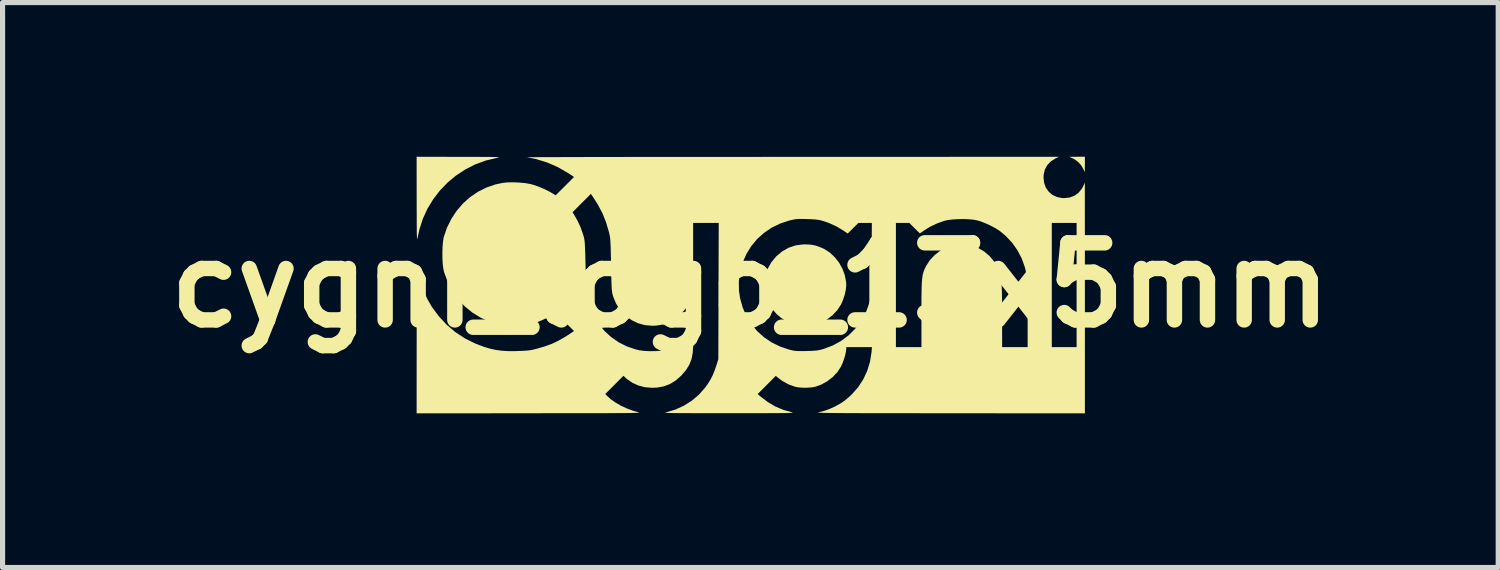
<source format=kicad_pcb>
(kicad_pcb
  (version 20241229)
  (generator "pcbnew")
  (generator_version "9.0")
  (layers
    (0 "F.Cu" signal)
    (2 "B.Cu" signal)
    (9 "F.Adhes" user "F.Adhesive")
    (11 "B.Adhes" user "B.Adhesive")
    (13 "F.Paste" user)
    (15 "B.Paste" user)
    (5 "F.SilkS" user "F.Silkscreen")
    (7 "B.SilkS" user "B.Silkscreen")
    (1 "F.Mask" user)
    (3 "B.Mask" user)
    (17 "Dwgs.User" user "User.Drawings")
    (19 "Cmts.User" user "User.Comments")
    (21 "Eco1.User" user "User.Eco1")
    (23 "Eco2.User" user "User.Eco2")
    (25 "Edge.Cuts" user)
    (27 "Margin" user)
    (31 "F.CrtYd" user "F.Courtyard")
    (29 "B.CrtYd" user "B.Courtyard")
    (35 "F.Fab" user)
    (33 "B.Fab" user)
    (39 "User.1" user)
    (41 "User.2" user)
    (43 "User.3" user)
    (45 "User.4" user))
  (footprint "cygni_logo_13x5mm"
    (layer "F.Cu")
    (at 11.55 2.496)
    (property "Reference" "cygni_logo_13x5mm" (at 0 0 0) (layer "F.SilkS") (effects (font (size 1.5 1.5) (thickness 0.3))))
    (attr board_only exclude_from_pos_files exclude_from_bom)
    (fp_poly (pts (xy 6.508 -2.348) (xy 6.507 -2.289) (xy 6.507 -2.241) (xy 6.505 -2.21) (xy 6.504 -2.201) (xy 6.498 -2.212) (xy 6.485 -2.24) (xy 6.476 -2.261) (xy 6.435 -2.331) (xy 6.375 -2.396) (xy 6.303 -2.449) (xy 6.275 -2.463) (xy 6.206 -2.495) (xy 6.357 -2.496) (xy 6.508 -2.496)) (stroke (width 0) (type solid)) (fill yes) (layer "F.SilkS"))
    (fp_poly (pts (xy -5.659 -2.494) (xy -5.489 -2.494) (xy -5.345 -2.494) (xy -5.224 -2.493) (xy -5.124 -2.493) (xy -5.045 -2.492) (xy -4.985 -2.491) (xy -4.941 -2.49) (xy -4.913 -2.488) (xy -4.898 -2.486) (xy -4.894 -2.483) (xy -4.901 -2.48) (xy -4.917 -2.477) (xy -4.938 -2.473) (xy -5.151 -2.422) (xy -5.355 -2.347) (xy -5.547 -2.249) (xy -5.727 -2.131) (xy -5.892 -1.994) (xy -6.04 -1.84) (xy -6.171 -1.67) (xy -6.283 -1.486) (xy -6.373 -1.289) (xy -6.44 -1.082) (xy -6.471 -0.939) (xy -6.476 -0.917) (xy -6.479 -0.902) (xy -6.482 -0.896) (xy -6.485 -0.9) (xy -6.487 -0.916) (xy -6.488 -0.945) (xy -6.49 -0.99) (xy -6.491 -1.052) (xy -6.491 -1.132) (xy -6.492 -1.233) (xy -6.492 -1.356) (xy -6.493 -1.502) (xy -6.493 -1.66) (xy -6.494 -2.496)) (stroke (width 0) (type solid)) (fill yes) (layer "F.SilkS"))
    (fp_poly (pts (xy 1.174 -0.786) (xy 1.267 -0.769) (xy 1.36 -0.736) (xy 1.435 -0.702) (xy 1.545 -0.632) (xy 1.642 -0.541) (xy 1.726 -0.434) (xy 1.792 -0.315) (xy 1.838 -0.188) (xy 1.862 -0.059) (xy 1.865 0) (xy 1.857 0.089) (xy 1.835 0.19) (xy 1.801 0.292) (xy 1.762 0.38) (xy 1.691 0.488) (xy 1.599 0.586) (xy 1.49 0.669) (xy 1.37 0.734) (xy 1.261 0.772) (xy 1.19 0.784) (xy 1.102 0.79) (xy 1.01 0.789) (xy 0.923 0.781) (xy 0.852 0.767) (xy 0.722 0.716) (xy 0.6 0.641) (xy 0.509 0.564) (xy 0.415 0.454) (xy 0.345 0.333) (xy 0.297 0.205) (xy 0.273 0.072) (xy 0.272 -0.062) (xy 0.295 -0.195) (xy 0.34 -0.324) (xy 0.409 -0.445) (xy 0.501 -0.556) (xy 0.509 -0.564) (xy 0.621 -0.657) (xy 0.744 -0.726) (xy 0.877 -0.771) (xy 1.021 -0.79) (xy 1.069 -0.791)) (stroke (width 0) (type solid)) (fill yes) (layer "F.SilkS"))
    (fp_poly (pts (xy 5.936 -2.464) (xy 5.847 -2.408) (xy 5.778 -2.336) (xy 5.73 -2.25) (xy 5.706 -2.15) (xy 5.703 -2.093) (xy 5.715 -1.987) (xy 5.749 -1.894) (xy 5.804 -1.816) (xy 5.877 -1.754) (xy 5.965 -1.713) (xy 6.067 -1.692) (xy 6.105 -1.691) (xy 6.211 -1.703) (xy 6.305 -1.738) (xy 6.385 -1.796) (xy 6.449 -1.875) (xy 6.476 -1.924) (xy 6.507 -1.993) (xy 6.508 0.252) (xy 6.508 2.496) (xy 3.874 2.495) (xy 3.559 2.495) (xy 3.269 2.494) (xy 3.005 2.494) (xy 2.764 2.494) (xy 2.546 2.494) (xy 2.349 2.493) (xy 2.174 2.493) (xy 2.018 2.492) (xy 1.881 2.492) (xy 1.761 2.491) (xy 1.659 2.49) (xy 1.572 2.489) (xy 1.5 2.488) (xy 1.441 2.487) (xy 1.395 2.486) (xy 1.361 2.484) (xy 1.337 2.483) (xy 1.323 2.481) (xy 1.318 2.479) (xy 1.32 2.477) (xy 1.327 2.475) (xy 1.436 2.448) (xy 1.533 2.414) (xy 1.631 2.37) (xy 1.653 2.359) (xy 1.751 2.305) (xy 1.834 2.249) (xy 1.913 2.183) (xy 1.977 2.123) (xy 2.097 1.987) (xy 2.196 1.834) (xy 2.273 1.669) (xy 2.327 1.493) (xy 2.356 1.312) (xy 2.365 1.208) (xy 2.831 1.208) (xy 3.079 1.208) (xy 3.328 1.208) (xy 3.328 0.559) (xy 3.328 0.397) (xy 3.328 0.258) (xy 3.33 0.142) (xy 3.332 0.044) (xy 3.335 -0.037) (xy 3.34 -0.104) (xy 3.347 -0.16) (xy 3.355 -0.208) (xy 3.366 -0.249) (xy 3.38 -0.287) (xy 3.396 -0.325) (xy 3.416 -0.364) (xy 3.424 -0.38) (xy 3.492 -0.484) (xy 3.581 -0.579) (xy 3.685 -0.662) (xy 3.799 -0.727) (xy 3.917 -0.771) (xy 3.919 -0.772) (xy 3.992 -0.785) (xy 4.081 -0.79) (xy 4.173 -0.789) (xy 4.258 -0.78) (xy 4.3 -0.771) (xy 4.428 -0.724) (xy 4.547 -0.654) (xy 4.653 -0.564) (xy 4.743 -0.457) (xy 4.814 -0.336) (xy 4.845 -0.261) (xy 4.857 -0.224) (xy 4.867 -0.184) (xy 4.875 -0.138) (xy 4.881 -0.083) (xy 4.887 -0.017) (xy 4.891 0.062) (xy 4.894 0.158) (xy 4.896 0.271) (xy 4.897 0.406) (xy 4.897 0.564) (xy 4.897 0.627) (xy 4.898 1.208) (xy 5.146 1.208) (xy 5.394 1.208) (xy 5.394 0.627) (xy 5.393 0.449) (xy 5.392 0.296) (xy 5.39 0.164) (xy 5.387 0.051) (xy 5.383 -0.044) (xy 5.377 -0.126) (xy 5.369 -0.195) (xy 5.361 -0.255) (xy 5.35 -0.308) (xy 5.34 -0.348) (xy 5.279 -0.517) (xy 5.196 -0.677) (xy 5.091 -0.825) (xy 4.968 -0.956) (xy 4.849 -1.055) (xy 4.772 -1.103) (xy 4.68 -1.153) (xy 4.58 -1.199) (xy 4.558 -1.208) (xy 5.864 -1.208) (xy 5.864 0) (xy 5.864 1.208) (xy 6.105 1.208) (xy 6.347 1.208) (xy 6.347 0) (xy 6.347 -1.208) (xy 6.105 -1.208) (xy 5.864 -1.208) (xy 4.558 -1.208) (xy 4.484 -1.237) (xy 4.421 -1.256) (xy 4.346 -1.271) (xy 4.252 -1.28) (xy 4.147 -1.284) (xy 4.039 -1.282) (xy 3.936 -1.276) (xy 3.844 -1.265) (xy 3.779 -1.251) (xy 3.631 -1.199) (xy 3.491 -1.132) (xy 3.385 -1.066) (xy 3.297 -1.004) (xy 3.194 -1.106) (xy 3.092 -1.208) (xy 2.962 -1.208) (xy 2.831 -1.208) (xy 2.831 0) (xy 2.831 1.208) (xy 2.365 1.208) (xy 2.115 1.208) (xy 1.865 1.208) (xy 1.865 1.246) (xy 1.859 1.298) (xy 1.844 1.366) (xy 1.821 1.442) (xy 1.794 1.516) (xy 1.764 1.582) (xy 1.762 1.587) (xy 1.691 1.696) (xy 1.599 1.793) (xy 1.49 1.876) (xy 1.37 1.941) (xy 1.261 1.979) (xy 1.188 1.992) (xy 1.1 1.998) (xy 1.008 1.997) (xy 0.922 1.989) (xy 0.868 1.978) (xy 0.745 1.934) (xy 0.625 1.868) (xy 0.565 1.824) (xy 0.493 1.768) (xy 0.317 1.945) (xy 0.141 2.121) (xy 0.188 2.161) (xy 0.335 2.274) (xy 0.485 2.363) (xy 0.643 2.429) (xy 0.807 2.475) (xy 0.818 2.478) (xy 0.823 2.481) (xy 0.818 2.483) (xy 0.804 2.485) (xy 0.777 2.487) (xy 0.738 2.489) (xy 0.684 2.49) (xy 0.614 2.491) (xy 0.527 2.492) (xy 0.422 2.492) (xy 0.297 2.493) (xy 0.15 2.493) (xy -0.02 2.493) (xy -0.213 2.494) (xy -0.416 2.494) (xy -0.633 2.494) (xy -0.825 2.493) (xy -0.993 2.493) (xy -1.138 2.493) (xy -1.261 2.492) (xy -1.365 2.492) (xy -1.451 2.491) (xy -1.519 2.49) (xy -1.572 2.489) (xy -1.61 2.487) (xy -1.636 2.485) (xy -1.65 2.483) (xy -1.654 2.481) (xy -1.65 2.478) (xy -1.638 2.475) (xy -1.637 2.475) (xy -1.46 2.423) (xy -1.293 2.347) (xy -1.138 2.249) (xy -0.999 2.13) (xy -0.877 1.991) (xy -0.827 1.921) (xy -0.774 1.835) (xy -0.73 1.748) (xy -0.691 1.649) (xy -0.66 1.558) (xy -0.624 1.442) (xy -0.62 0.117) (xy -0.62 -0.072) (xy -0.225 -0.072) (xy -0.222 0.112) (xy -0.201 0.255) (xy -0.151 0.435) (xy -0.079 0.603) (xy 0.016 0.756) (xy 0.13 0.894) (xy 0.263 1.014) (xy 0.413 1.116) (xy 0.579 1.197) (xy 0.751 1.255) (xy 0.803 1.268) (xy 0.847 1.277) (xy 0.891 1.282) (xy 0.941 1.285) (xy 1.003 1.285) (xy 1.086 1.284) (xy 1.094 1.283) (xy 1.181 1.281) (xy 1.248 1.277) (xy 1.302 1.272) (xy 1.35 1.263) (xy 1.397 1.251) (xy 1.428 1.242) (xy 1.602 1.176) (xy 1.764 1.088) (xy 1.911 0.978) (xy 2.04 0.849) (xy 2.14 0.718) (xy 2.201 0.619) (xy 2.25 0.522) (xy 2.29 0.417) (xy 2.318 0.329) (xy 2.353 0.208) (xy 2.358 -0.5) (xy 2.363 -1.208) (xy 2.232 -1.208) (xy 2.1 -1.208) (xy 1.997 -1.105) (xy 1.893 -1.002) (xy 1.815 -1.056) (xy 1.679 -1.139) (xy 1.529 -1.207) (xy 1.426 -1.243) (xy 1.373 -1.258) (xy 1.324 -1.268) (xy 1.271 -1.275) (xy 1.206 -1.28) (xy 1.124 -1.283) (xy 1.1 -1.284) (xy 1.018 -1.286) (xy 0.955 -1.286) (xy 0.905 -1.284) (xy 0.86 -1.278) (xy 0.814 -1.269) (xy 0.76 -1.256) (xy 0.758 -1.256) (xy 0.578 -1.196) (xy 0.412 -1.115) (xy 0.262 -1.013) (xy 0.129 -0.893) (xy 0.015 -0.755) (xy -0.079 -0.602) (xy -0.152 -0.434) (xy -0.201 -0.255) (xy -0.225 -0.072) (xy -0.62 -0.072) (xy -0.616 -1.208) (xy -0.865 -1.208) (xy -1.114 -1.208) (xy -1.114 -0.549) (xy -1.114 -0.39) (xy -1.114 -0.255) (xy -1.115 -0.141) (xy -1.117 -0.047) (xy -1.119 0.031) (xy -1.123 0.095) (xy -1.128 0.148) (xy -1.136 0.192) (xy -1.145 0.231) (xy -1.156 0.266) (xy -1.17 0.3) (xy -1.186 0.336) (xy -1.198 0.361) (xy -1.236 0.427) (xy -1.29 0.495) (xy -1.348 0.557) (xy -1.457 0.651) (xy -1.569 0.72) (xy -1.69 0.766) (xy -1.822 0.788) (xy -1.905 0.792) (xy -2.052 0.78) (xy -2.187 0.743) (xy -2.312 0.682) (xy -2.427 0.596) (xy -2.441 0.584) (xy -2.538 0.479) (xy -2.611 0.365) (xy -2.665 0.238) (xy -2.665 0.236) (xy -2.674 0.208) (xy -2.682 0.182) (xy -2.688 0.155) (xy -2.693 0.124) (xy -2.696 0.086) (xy -2.7 0.038) (xy -2.702 -0.023) (xy -2.705 -0.1) (xy -2.707 -0.196) (xy -2.709 -0.314) (xy -2.711 -0.389) (xy -2.713 -0.522) (xy -2.716 -0.63) (xy -2.718 -0.719) (xy -2.721 -0.79) (xy -2.724 -0.847) (xy -2.728 -0.893) (xy -2.732 -0.932) (xy -2.738 -0.967) (xy -2.745 -1) (xy -2.753 -1.035) (xy -2.755 -1.041) (xy -2.81 -1.225) (xy -2.877 -1.393) (xy -2.962 -1.555) (xy -3.029 -1.662) (xy -3.103 -1.774) (xy -3.282 -1.596) (xy -3.46 -1.417) (xy -3.427 -1.363) (xy -3.36 -1.245) (xy -3.307 -1.13) (xy -3.263 -1.007) (xy -3.244 -0.946) (xy -3.237 -0.919) (xy -3.231 -0.889) (xy -3.226 -0.854) (xy -3.222 -0.811) (xy -3.219 -0.756) (xy -3.216 -0.687) (xy -3.213 -0.601) (xy -3.21 -0.494) (xy -3.207 -0.363) (xy -3.207 -0.349) (xy -3.204 -0.207) (xy -3.201 -0.088) (xy -3.197 0.009) (xy -3.193 0.087) (xy -3.189 0.151) (xy -3.184 0.201) (xy -3.178 0.242) (xy -3.174 0.262) (xy -3.123 0.438) (xy -3.049 0.604) (xy -2.954 0.756) (xy -2.839 0.893) (xy -2.708 1.013) (xy -2.561 1.115) (xy -2.4 1.195) (xy -2.228 1.253) (xy -2.161 1.269) (xy -2.071 1.281) (xy -1.964 1.287) (xy -1.849 1.285) (xy -1.736 1.278) (xy -1.633 1.264) (xy -1.567 1.249) (xy -1.453 1.212) (xy -1.339 1.162) (xy -1.234 1.107) (xy -1.196 1.082) (xy -1.159 1.057) (xy -1.131 1.039) (xy -1.119 1.033) (xy -1.117 1.046) (xy -1.115 1.079) (xy -1.114 1.129) (xy -1.114 1.175) (xy -1.122 1.317) (xy -1.146 1.442) (xy -1.19 1.553) (xy -1.255 1.657) (xy -1.342 1.758) (xy -1.348 1.765) (xy -1.455 1.858) (xy -1.566 1.926) (xy -1.684 1.971) (xy -1.815 1.995) (xy -1.914 1.999) (xy -2.051 1.988) (xy -2.181 1.954) (xy -2.301 1.899) (xy -2.405 1.826) (xy -2.426 1.807) (xy -2.47 1.765) (xy -2.646 1.942) (xy -2.823 2.119) (xy -2.797 2.148) (xy -2.724 2.216) (xy -2.631 2.282) (xy -2.523 2.345) (xy -2.406 2.4) (xy -2.286 2.445) (xy -2.179 2.474) (xy -2.169 2.476) (xy -2.164 2.479) (xy -2.167 2.481) (xy -2.177 2.483) (xy -2.197 2.484) (xy -2.227 2.486) (xy -2.268 2.487) (xy -2.321 2.489) (xy -2.388 2.49) (xy -2.47 2.491) (xy -2.567 2.491) (xy -2.682 2.492) (xy -2.814 2.493) (xy -2.966 2.493) (xy -3.138 2.493) (xy -3.331 2.494) (xy -3.547 2.494) (xy -3.787 2.494) (xy -4.051 2.494) (xy -4.29 2.495) (xy -6.494 2.496) (xy -6.493 1.057) (xy -6.493 0.829) (xy -6.493 0.627) (xy -6.492 0.449) (xy -6.492 0.294) (xy -6.491 0.161) (xy -6.491 0.047) (xy -6.49 -0.047) (xy -6.489 -0.125) (xy -6.488 -0.186) (xy -6.487 -0.233) (xy -6.485 -0.266) (xy -6.483 -0.287) (xy -6.481 -0.297) (xy -6.479 -0.298) (xy -6.476 -0.291) (xy -6.473 -0.278) (xy -6.471 -0.268) (xy -6.427 -0.083) (xy -6.362 0.104) (xy -6.28 0.283) (xy -6.198 0.423) (xy -6.062 0.608) (xy -5.909 0.773) (xy -5.74 0.916) (xy -5.554 1.038) (xy -5.352 1.138) (xy -5.188 1.201) (xy -5.071 1.236) (xy -4.959 1.261) (xy -4.845 1.277) (xy -4.723 1.285) (xy -4.584 1.286) (xy -4.538 1.284) (xy -4.446 1.281) (xy -4.374 1.277) (xy -4.315 1.272) (xy -4.262 1.264) (xy -4.208 1.252) (xy -4.146 1.236) (xy -4.146 1.236) (xy -3.995 1.192) (xy -3.861 1.143) (xy -3.737 1.084) (xy -3.613 1.013) (xy -3.544 0.97) (xy -3.432 0.895) (xy -3.611 0.716) (xy -3.673 0.654) (xy -3.72 0.609) (xy -3.753 0.578) (xy -3.777 0.559) (xy -3.793 0.551) (xy -3.805 0.55) (xy -3.817 0.555) (xy -3.821 0.558) (xy -3.971 0.646) (xy -4.118 0.711) (xy -4.27 0.756) (xy -4.432 0.781) (xy -4.539 0.788) (xy -4.698 0.788) (xy -4.841 0.775) (xy -4.974 0.747) (xy -5.105 0.701) (xy -5.241 0.638) (xy -5.251 0.633) (xy -5.413 0.533) (xy -5.559 0.413) (xy -5.688 0.274) (xy -5.798 0.117) (xy -5.887 -0.054) (xy -5.955 -0.239) (xy -5.966 -0.275) (xy -5.978 -0.341) (xy -5.987 -0.426) (xy -5.992 -0.524) (xy -5.993 -0.627) (xy -5.99 -0.729) (xy -5.983 -0.822) (xy -5.973 -0.899) (xy -5.966 -0.933) (xy -5.903 -1.117) (xy -5.818 -1.288) (xy -5.714 -1.446) (xy -5.592 -1.587) (xy -5.453 -1.711) (xy -5.3 -1.815) (xy -5.135 -1.898) (xy -4.959 -1.958) (xy -4.827 -1.986) (xy -4.728 -1.997) (xy -4.614 -1.999) (xy -4.496 -1.994) (xy -4.381 -1.983) (xy -4.278 -1.965) (xy -4.233 -1.953) (xy -4.129 -1.918) (xy -4.018 -1.871) (xy -3.912 -1.819) (xy -3.843 -1.78) (xy -3.789 -1.746) (xy -3.61 -1.924) (xy -3.432 -2.103) (xy -3.544 -2.177) (xy -3.744 -2.293) (xy -3.955 -2.385) (xy -4.177 -2.453) (xy -4.347 -2.487) (xy -4.337 -2.487) (xy -4.3 -2.488) (xy -4.238 -2.488) (xy -4.152 -2.488) (xy -4.043 -2.489) (xy -3.911 -2.489) (xy -3.759 -2.489) (xy -3.585 -2.49) (xy -3.392 -2.49) (xy -3.181 -2.491) (xy -2.951 -2.491) (xy -2.705 -2.491) (xy -2.443 -2.492) (xy -2.165 -2.492) (xy -1.874 -2.492) (xy -1.569 -2.492) (xy -1.252 -2.493) (xy -0.924 -2.493) (xy -0.584 -2.493) (xy -0.236 -2.493) (xy 0.122 -2.493) (xy 0.487 -2.494) (xy 0.812 -2.494) (xy 6.004 -2.495)) (stroke (width 0) (type solid)) (fill yes) (layer "F.SilkS")))
  (gr_rect
    (start -3 -3)
    (end 26.1 7.991)
    (stroke (width 0.1) (type default))
    (fill no)
    (layer "Edge.Cuts")))
</source>
